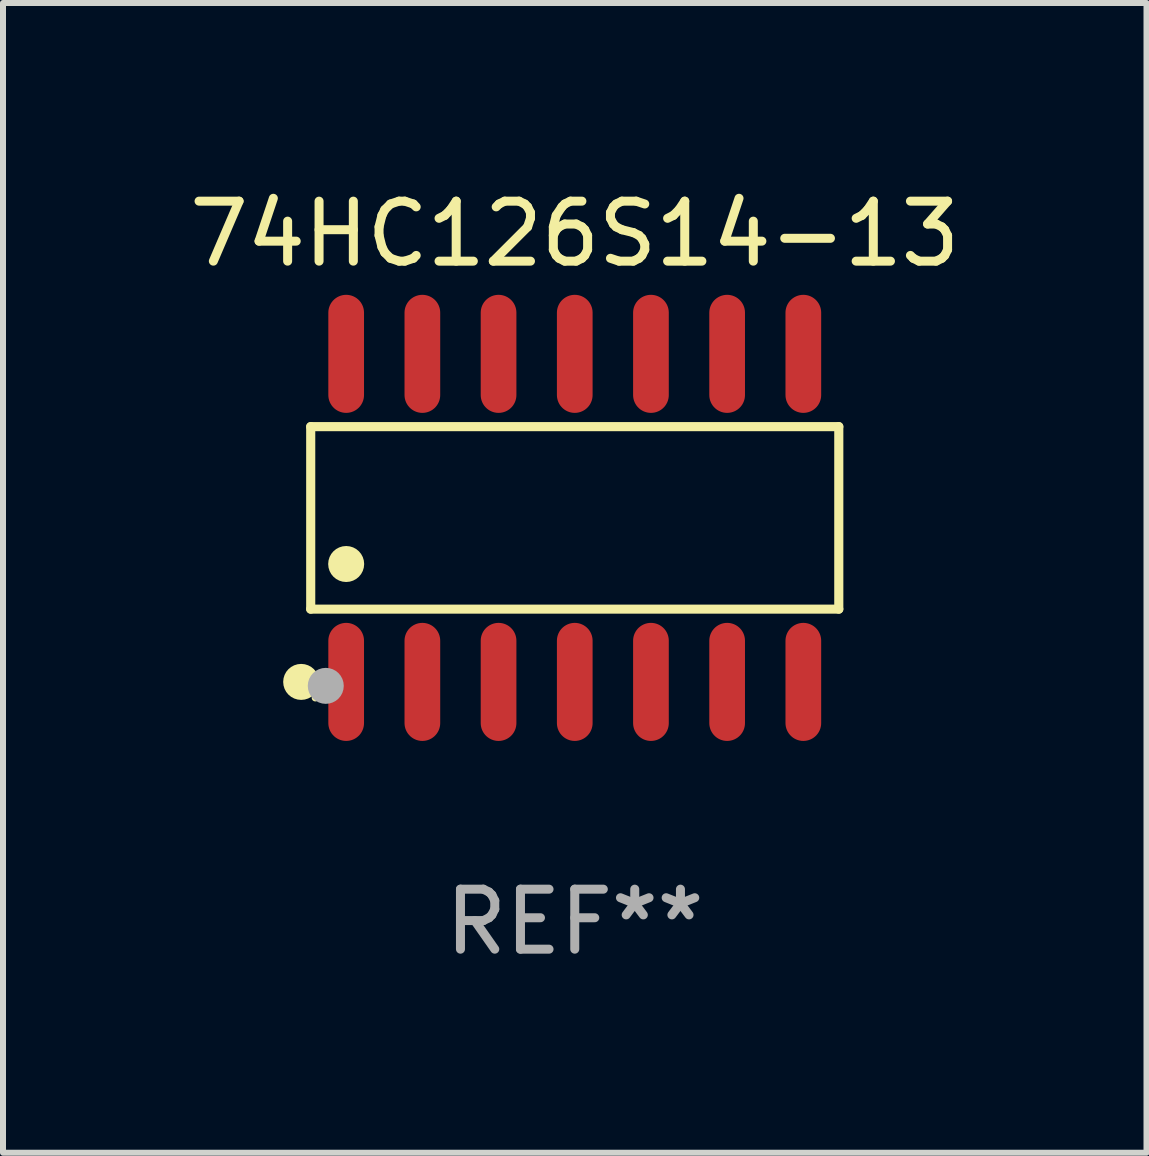
<source format=kicad_pcb>
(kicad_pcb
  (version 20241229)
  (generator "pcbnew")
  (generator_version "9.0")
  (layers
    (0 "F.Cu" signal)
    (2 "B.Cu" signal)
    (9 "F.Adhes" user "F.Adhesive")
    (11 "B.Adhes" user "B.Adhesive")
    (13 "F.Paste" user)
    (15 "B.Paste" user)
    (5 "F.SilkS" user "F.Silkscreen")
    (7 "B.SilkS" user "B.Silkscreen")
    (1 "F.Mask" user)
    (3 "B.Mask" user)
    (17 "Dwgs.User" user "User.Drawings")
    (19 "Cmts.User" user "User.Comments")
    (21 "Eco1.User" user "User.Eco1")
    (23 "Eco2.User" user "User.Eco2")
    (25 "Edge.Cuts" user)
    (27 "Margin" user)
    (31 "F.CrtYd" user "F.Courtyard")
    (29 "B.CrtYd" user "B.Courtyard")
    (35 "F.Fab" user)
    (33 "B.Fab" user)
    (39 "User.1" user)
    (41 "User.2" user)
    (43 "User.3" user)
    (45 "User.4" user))
  (footprint "74HC126S14-13"
    (layer "F.Cu")
    (at 6.53 5.582)
    (property "Reference" "74HC126S14-13" (at 0 -4.734 0) (layer "F.SilkS") (effects (font (size 1 1) (thickness 0.15))))
    (attr through_hole)
    (fp_line (start -4.401 -1.521) (end 4.401 -1.521) (stroke (width 0.152) (type solid)) (layer "F.SilkS"))
    (fp_line (start -4.401 1.521) (end -4.401 -1.521) (stroke (width 0.152) (type solid)) (layer "F.SilkS"))
    (fp_line (start 4.401 -1.521) (end 4.401 1.521) (stroke (width 0.152) (type solid)) (layer "F.SilkS"))
    (fp_line (start 4.401 1.521) (end -4.401 1.521) (stroke (width 0.152) (type solid)) (layer "F.SilkS"))
    (fp_circle (center -4.56 2.734) (end -4.41 2.734) (stroke (width 0.3) (type solid)) (fill no) (layer "F.SilkS"))
    (fp_circle (center -4.325 3) (end -4.295 3) (stroke (width 0.06) (type solid)) (fill no) (layer "F.SilkS"))
    (fp_circle (center -3.81 0.769) (end -3.66 0.769) (stroke (width 0.3) (type solid)) (fill no) (layer "F.SilkS"))
    (fp_circle (center -4.15 2.8) (end -4 2.8) (stroke (width 0.3) (type solid)) (fill no) (layer "F.Fab"))
    (fp_text user "REF**" (at 0 6.734 0) (layer "F.Fab") (effects (font (size 1 1) (thickness 0.15))))
    (pad "1" smd oval (at -3.81 2.734) (size 0.595 1.968) (layers "F.Cu" "F.Mask" "F.Paste"))
    (pad "2" smd oval (at -2.54 2.734) (size 0.595 1.968) (layers "F.Cu" "F.Mask" "F.Paste"))
    (pad "3" smd oval (at -1.27 2.734) (size 0.595 1.968) (layers "F.Cu" "F.Mask" "F.Paste"))
    (pad "4" smd oval (at 0 2.734) (size 0.595 1.968) (layers "F.Cu" "F.Mask" "F.Paste"))
    (pad "5" smd oval (at 1.27 2.734) (size 0.595 1.968) (layers "F.Cu" "F.Mask" "F.Paste"))
    (pad "6" smd oval (at 2.54 2.734) (size 0.595 1.968) (layers "F.Cu" "F.Mask" "F.Paste"))
    (pad "7" smd oval (at 3.81 2.734) (size 0.595 1.968) (layers "F.Cu" "F.Mask" "F.Paste"))
    (pad "8" smd oval (at 3.81 -2.734) (size 0.595 1.968) (layers "F.Cu" "F.Mask" "F.Paste"))
    (pad "9" smd oval (at 2.54 -2.734) (size 0.595 1.968) (layers "F.Cu" "F.Mask" "F.Paste"))
    (pad "10" smd oval (at 1.27 -2.734) (size 0.595 1.968) (layers "F.Cu" "F.Mask" "F.Paste"))
    (pad "11" smd oval (at 0 -2.734) (size 0.595 1.968) (layers "F.Cu" "F.Mask" "F.Paste"))
    (pad "12" smd oval (at -1.27 -2.734) (size 0.595 1.968) (layers "F.Cu" "F.Mask" "F.Paste"))
    (pad "13" smd oval (at -2.54 -2.734) (size 0.595 1.968) (layers "F.Cu" "F.Mask" "F.Paste"))
    (pad "14" smd oval (at -3.81 -2.734) (size 0.595 1.968) (layers "F.Cu" "F.Mask" "F.Paste")))
  (gr_rect
    (start -3 -3)
    (end 16.06 16.164)
    (stroke (width 0.1) (type default))
    (fill no)
    (layer "Edge.Cuts")))
</source>
